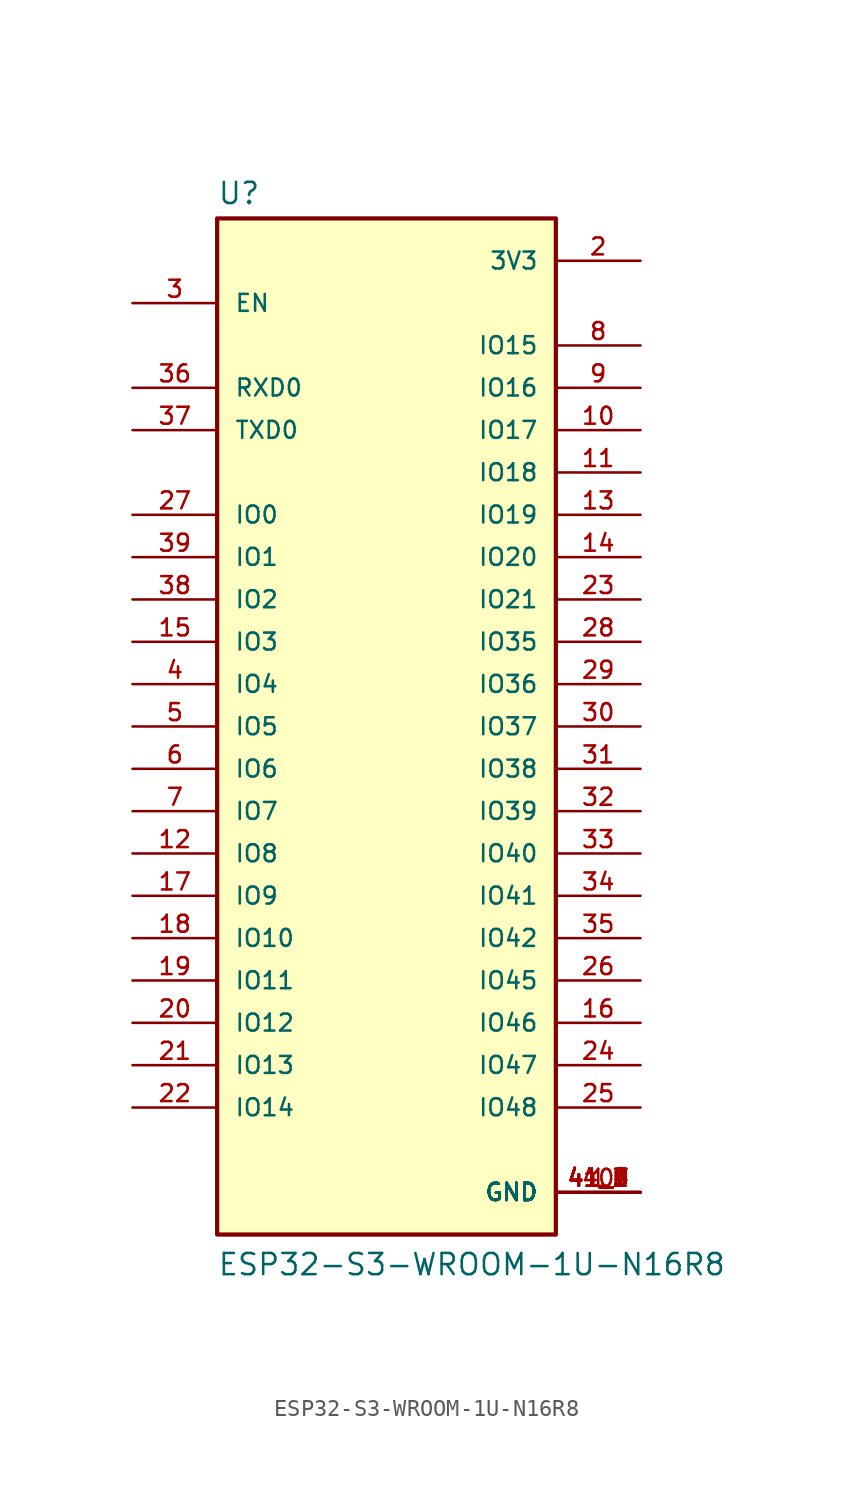
<source format=kicad_sym>
(kicad_symbol_lib
  (version 20211014)
  (generator kicad_symbol_editor)
  (symbol "ESP32-S3-WROOM-1U-N16R8"
    (pin_names
      (offset 1.016))
    (property "Reference" "U"
      (at -10.16 31.242 0)
      (effects (font (size 1.27 1.27)) (justify bottom left)))
    (property "Value" "ESP32-S3-WROOM-1U-N16R8"
      (at -10.16 -33.02 0)
      (effects (font (size 1.27 1.27)) (justify bottom left)))
    (symbol "ESP32-S3-WROOM-1U-N16R8_0_0"
      (rectangle (start -10.16 -30.48) (end 10.16 30.48) (stroke (width 0.254)) (fill (type background)))
      (pin power_in line (at 15.24 -27.94 180.0) (length 5.08) (name "GND" (effects (font (size 1.016 1.016)))) (number "1" (effects (font (size 1.016 1.016)))))
      (pin power_in line (at 15.24 -27.94 180.0) (length 5.08) (name "GND" (effects (font (size 1.016 1.016)))) (number "40" (effects (font (size 1.016 1.016)))))
      (pin power_in line (at 15.24 -27.94 180.0) (length 5.08) (name "GND" (effects (font (size 1.016 1.016)))) (number "41_1" (effects (font (size 1.016 1.016)))))
      (pin power_in line (at 15.24 -27.94 180.0) (length 5.08) (name "GND" (effects (font (size 1.016 1.016)))) (number "41_2" (effects (font (size 1.016 1.016)))))
      (pin power_in line (at 15.24 -27.94 180.0) (length 5.08) (name "GND" (effects (font (size 1.016 1.016)))) (number "41_3" (effects (font (size 1.016 1.016)))))
      (pin power_in line (at 15.24 -27.94 180.0) (length 5.08) (name "GND" (effects (font (size 1.016 1.016)))) (number "41_4" (effects (font (size 1.016 1.016)))))
      (pin power_in line (at 15.24 -27.94 180.0) (length 5.08) (name "GND" (effects (font (size 1.016 1.016)))) (number "41_5" (effects (font (size 1.016 1.016)))))
      (pin power_in line (at 15.24 -27.94 180.0) (length 5.08) (name "GND" (effects (font (size 1.016 1.016)))) (number "41_6" (effects (font (size 1.016 1.016)))))
      (pin power_in line (at 15.24 -27.94 180.0) (length 5.08) (name "GND" (effects (font (size 1.016 1.016)))) (number "41_7" (effects (font (size 1.016 1.016)))))
      (pin power_in line (at 15.24 -27.94 180.0) (length 5.08) (name "GND" (effects (font (size 1.016 1.016)))) (number "41_8" (effects (font (size 1.016 1.016)))))
      (pin power_in line (at 15.24 -27.94 180.0) (length 5.08) (name "GND" (effects (font (size 1.016 1.016)))) (number "41_9" (effects (font (size 1.016 1.016)))))
      (pin power_in line (at 15.24 27.94 180.0) (length 5.08) (name "3V3" (effects (font (size 1.016 1.016)))) (number "2" (effects (font (size 1.016 1.016)))))
      (pin input line (at -15.24 25.4 0) (length 5.08) (name "EN" (effects (font (size 1.016 1.016)))) (number "3" (effects (font (size 1.016 1.016)))))
      (pin bidirectional line (at 15.24 5.08 180.0) (length 5.08) (name "IO35" (effects (font (size 1.016 1.016)))) (number "28" (effects (font (size 1.016 1.016)))))
      (pin bidirectional line (at 15.24 -22.86 180.0) (length 5.08) (name "IO48" (effects (font (size 1.016 1.016)))) (number "25" (effects (font (size 1.016 1.016)))))
      (pin bidirectional line (at 15.24 -10.16 180.0) (length 5.08) (name "IO41" (effects (font (size 1.016 1.016)))) (number "34" (effects (font (size 1.016 1.016)))))
      (pin bidirectional line (at 15.24 -5.08 180.0) (length 5.08) (name "IO39" (effects (font (size 1.016 1.016)))) (number "32" (effects (font (size 1.016 1.016)))))
      (pin bidirectional line (at 15.24 -20.32 180.0) (length 5.08) (name "IO47" (effects (font (size 1.016 1.016)))) (number "24" (effects (font (size 1.016 1.016)))))
      (pin bidirectional line (at 15.24 -7.62 180.0) (length 5.08) (name "IO40" (effects (font (size 1.016 1.016)))) (number "33" (effects (font (size 1.016 1.016)))))
      (pin bidirectional line (at -15.24 -22.86 0) (length 5.08) (name "IO14" (effects (font (size 1.016 1.016)))) (number "22" (effects (font (size 1.016 1.016)))))
      (pin bidirectional line (at -15.24 -17.78 0) (length 5.08) (name "IO12" (effects (font (size 1.016 1.016)))) (number "20" (effects (font (size 1.016 1.016)))))
      (pin bidirectional line (at -15.24 -20.32 0) (length 5.08) (name "IO13" (effects (font (size 1.016 1.016)))) (number "21" (effects (font (size 1.016 1.016)))))
      (pin bidirectional line (at 15.24 22.86 180.0) (length 5.08) (name "IO15" (effects (font (size 1.016 1.016)))) (number "8" (effects (font (size 1.016 1.016)))))
      (pin bidirectional line (at -15.24 7.62 0) (length 5.08) (name "IO2" (effects (font (size 1.016 1.016)))) (number "38" (effects (font (size 1.016 1.016)))))
      (pin bidirectional line (at -15.24 12.7 0) (length 5.08) (name "IO0" (effects (font (size 1.016 1.016)))) (number "27" (effects (font (size 1.016 1.016)))))
      (pin bidirectional line (at -15.24 2.54 0) (length 5.08) (name "IO4" (effects (font (size 1.016 1.016)))) (number "4" (effects (font (size 1.016 1.016)))))
      (pin bidirectional line (at 15.24 20.32 180.0) (length 5.08) (name "IO16" (effects (font (size 1.016 1.016)))) (number "9" (effects (font (size 1.016 1.016)))))
      (pin bidirectional line (at 15.24 17.78 180.0) (length 5.08) (name "IO17" (effects (font (size 1.016 1.016)))) (number "10" (effects (font (size 1.016 1.016)))))
      (pin bidirectional line (at -15.24 0.0 0) (length 5.08) (name "IO5" (effects (font (size 1.016 1.016)))) (number "5" (effects (font (size 1.016 1.016)))))
      (pin bidirectional line (at 15.24 15.24 180.0) (length 5.08) (name "IO18" (effects (font (size 1.016 1.016)))) (number "11" (effects (font (size 1.016 1.016)))))
      (pin bidirectional line (at 15.24 12.7 180.0) (length 5.08) (name "IO19" (effects (font (size 1.016 1.016)))) (number "13" (effects (font (size 1.016 1.016)))))
      (pin bidirectional line (at 15.24 7.62 180.0) (length 5.08) (name "IO21" (effects (font (size 1.016 1.016)))) (number "23" (effects (font (size 1.016 1.016)))))
      (pin bidirectional line (at 15.24 0.0 180.0) (length 5.08) (name "IO37" (effects (font (size 1.016 1.016)))) (number "30" (effects (font (size 1.016 1.016)))))
      (pin bidirectional line (at 15.24 -2.54 180.0) (length 5.08) (name "IO38" (effects (font (size 1.016 1.016)))) (number "31" (effects (font (size 1.016 1.016)))))
      (pin bidirectional line (at -15.24 10.16 0) (length 5.08) (name "IO1" (effects (font (size 1.016 1.016)))) (number "39" (effects (font (size 1.016 1.016)))))
      (pin bidirectional line (at -15.24 5.08 0) (length 5.08) (name "IO3" (effects (font (size 1.016 1.016)))) (number "15" (effects (font (size 1.016 1.016)))))
      (pin bidirectional line (at -15.24 -2.54 0) (length 5.08) (name "IO6" (effects (font (size 1.016 1.016)))) (number "6" (effects (font (size 1.016 1.016)))))
      (pin bidirectional line (at -15.24 -5.08 0) (length 5.08) (name "IO7" (effects (font (size 1.016 1.016)))) (number "7" (effects (font (size 1.016 1.016)))))
      (pin bidirectional line (at -15.24 -7.62 0) (length 5.08) (name "IO8" (effects (font (size 1.016 1.016)))) (number "12" (effects (font (size 1.016 1.016)))))
      (pin bidirectional line (at -15.24 -10.16 0) (length 5.08) (name "IO9" (effects (font (size 1.016 1.016)))) (number "17" (effects (font (size 1.016 1.016)))))
      (pin bidirectional line (at -15.24 -12.7 0) (length 5.08) (name "IO10" (effects (font (size 1.016 1.016)))) (number "18" (effects (font (size 1.016 1.016)))))
      (pin bidirectional line (at -15.24 -15.24 0) (length 5.08) (name "IO11" (effects (font (size 1.016 1.016)))) (number "19" (effects (font (size 1.016 1.016)))))
      (pin bidirectional line (at 15.24 2.54 180.0) (length 5.08) (name "IO36" (effects (font (size 1.016 1.016)))) (number "29" (effects (font (size 1.016 1.016)))))
      (pin bidirectional line (at 15.24 -12.7 180.0) (length 5.08) (name "IO42" (effects (font (size 1.016 1.016)))) (number "35" (effects (font (size 1.016 1.016)))))
      (pin bidirectional line (at 15.24 10.16 180.0) (length 5.08) (name "IO20" (effects (font (size 1.016 1.016)))) (number "14" (effects (font (size 1.016 1.016)))))
      (pin bidirectional line (at -15.24 17.78 0) (length 5.08) (name "TXD0" (effects (font (size 1.016 1.016)))) (number "37" (effects (font (size 1.016 1.016)))))
      (pin bidirectional line (at -15.24 20.32 0) (length 5.08) (name "RXD0" (effects (font (size 1.016 1.016)))) (number "36" (effects (font (size 1.016 1.016)))))
      (pin bidirectional line (at 15.24 -15.24 180.0) (length 5.08) (name "IO45" (effects (font (size 1.016 1.016)))) (number "26" (effects (font (size 1.016 1.016)))))
      (pin bidirectional line (at 15.24 -17.78 180.0) (length 5.08) (name "IO46" (effects (font (size 1.016 1.016)))) (number "16" (effects (font (size 1.016 1.016))))))))
</source>
